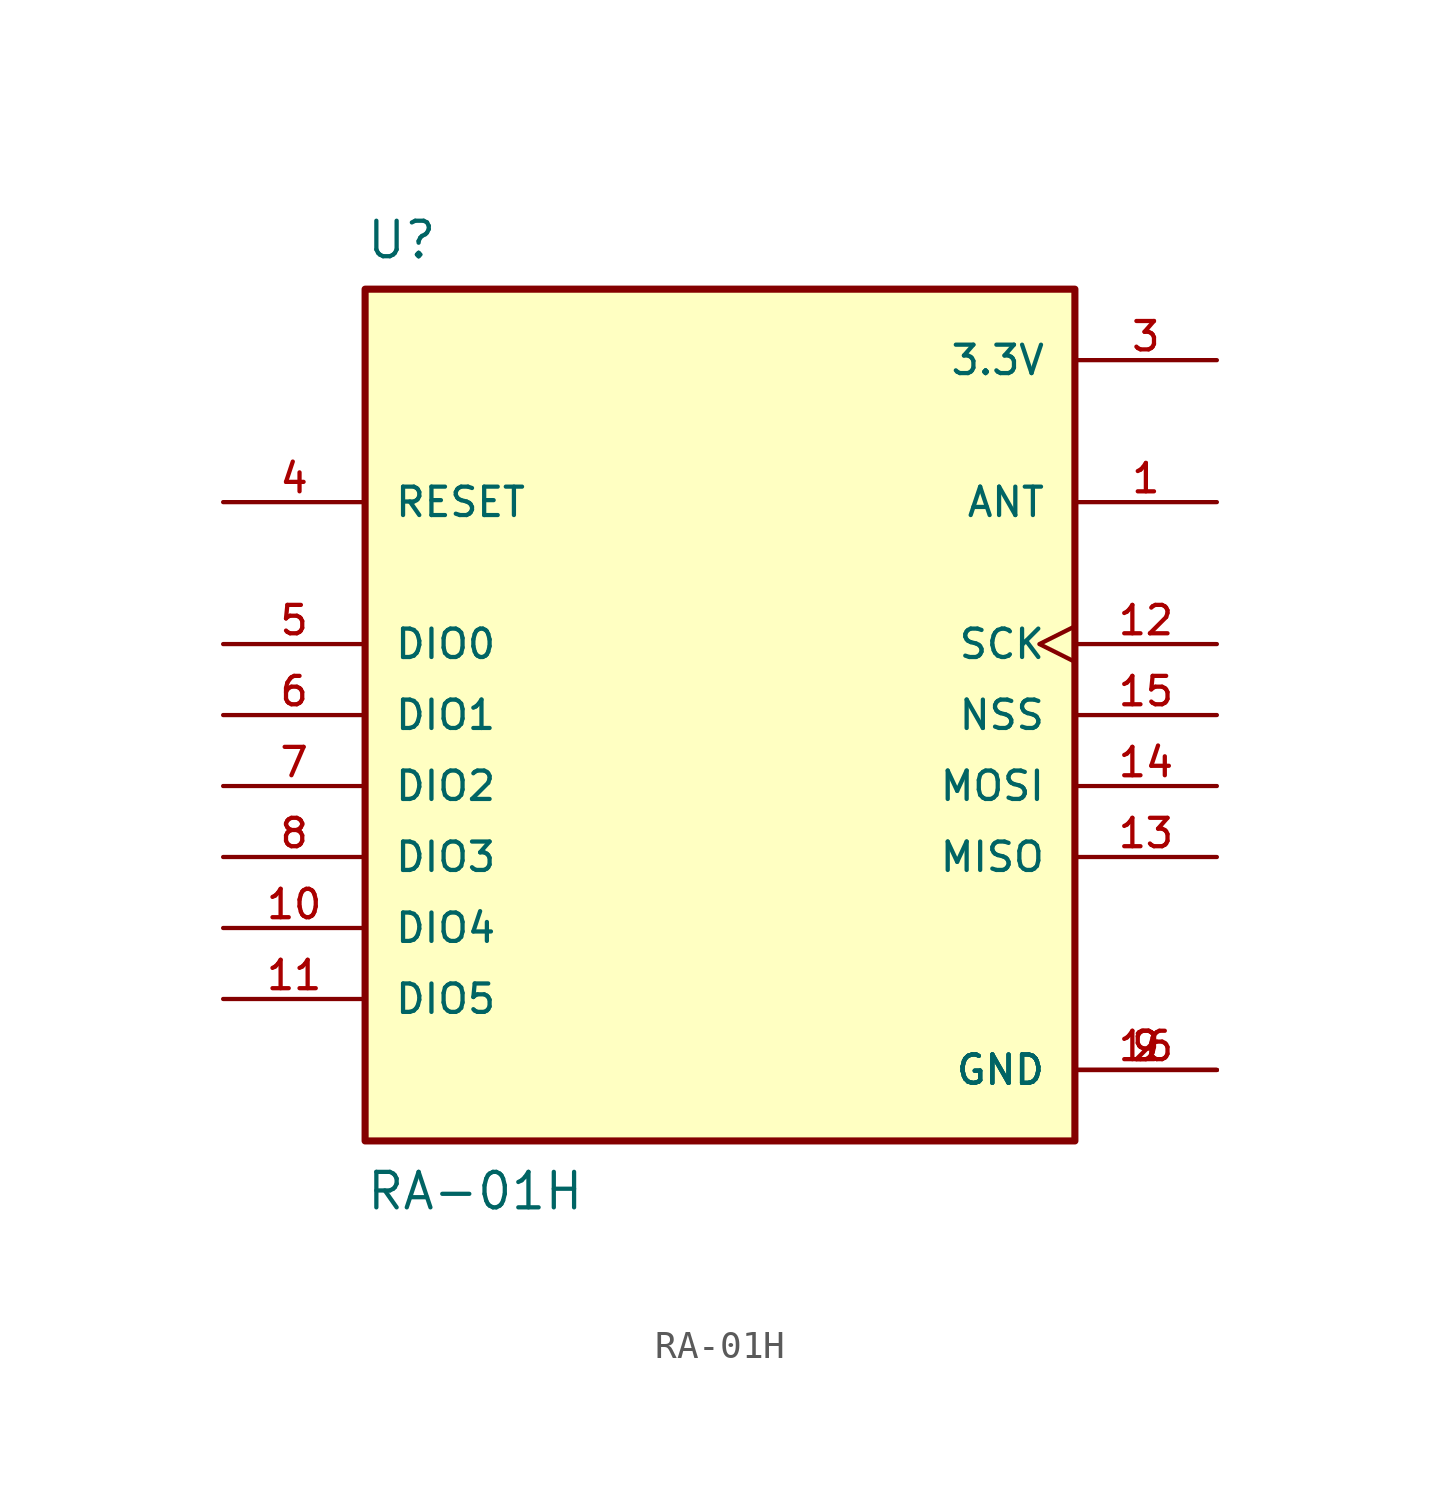
<source format=kicad_sym>
(kicad_symbol_lib
  (version 20211014)
  (generator kicad_symbol_editor)
  (symbol "RA-01H"
    (pin_names
      (offset 1.016))
    (property "Reference" "U"
      (at -12.7 16.256 0)
      (effects (font (size 1.27 1.27)) (justify bottom left)))
    (property "Value" "RA-01H"
      (at -12.7 -17.78 0)
      (effects (font (size 1.27 1.27)) (justify bottom left)))
    (symbol "RA-01H_0_0"
      (rectangle (start -12.7 -15.24) (end 12.7 15.24) (stroke (width 0.254)) (fill (type background)))
      (pin bidirectional line (at 17.78 7.62 180.0) (length 5.08) (name "ANT" (effects (font (size 1.016 1.016)))) (number "1" (effects (font (size 1.016 1.016)))))
      (pin power_in line (at 17.78 -12.7 180.0) (length 5.08) (name "GND" (effects (font (size 1.016 1.016)))) (number "2" (effects (font (size 1.016 1.016)))))
      (pin power_in line (at 17.78 -12.7 180.0) (length 5.08) (name "GND" (effects (font (size 1.016 1.016)))) (number "9" (effects (font (size 1.016 1.016)))))
      (pin power_in line (at 17.78 -12.7 180.0) (length 5.08) (name "GND" (effects (font (size 1.016 1.016)))) (number "16" (effects (font (size 1.016 1.016)))))
      (pin power_in line (at 17.78 12.7 180.0) (length 5.08) (name "3.3V" (effects (font (size 1.016 1.016)))) (number "3" (effects (font (size 1.016 1.016)))))
      (pin input line (at -17.78 7.62 0) (length 5.08) (name "RESET" (effects (font (size 1.016 1.016)))) (number "4" (effects (font (size 1.016 1.016)))))
      (pin bidirectional line (at -17.78 2.54 0) (length 5.08) (name "DIO0" (effects (font (size 1.016 1.016)))) (number "5" (effects (font (size 1.016 1.016)))))
      (pin input clock (at 17.78 2.54 180.0) (length 5.08) (name "SCK" (effects (font (size 1.016 1.016)))) (number "12" (effects (font (size 1.016 1.016)))))
      (pin output line (at 17.78 -5.08 180.0) (length 5.08) (name "MISO" (effects (font (size 1.016 1.016)))) (number "13" (effects (font (size 1.016 1.016)))))
      (pin input line (at 17.78 -2.54 180.0) (length 5.08) (name "MOSI" (effects (font (size 1.016 1.016)))) (number "14" (effects (font (size 1.016 1.016)))))
      (pin input line (at 17.78 0.0 180.0) (length 5.08) (name "NSS" (effects (font (size 1.016 1.016)))) (number "15" (effects (font (size 1.016 1.016)))))
      (pin bidirectional line (at -17.78 0.0 0) (length 5.08) (name "DIO1" (effects (font (size 1.016 1.016)))) (number "6" (effects (font (size 1.016 1.016)))))
      (pin bidirectional line (at -17.78 -2.54 0) (length 5.08) (name "DIO2" (effects (font (size 1.016 1.016)))) (number "7" (effects (font (size 1.016 1.016)))))
      (pin bidirectional line (at -17.78 -5.08 0) (length 5.08) (name "DIO3" (effects (font (size 1.016 1.016)))) (number "8" (effects (font (size 1.016 1.016)))))
      (pin bidirectional line (at -17.78 -7.62 0) (length 5.08) (name "DIO4" (effects (font (size 1.016 1.016)))) (number "10" (effects (font (size 1.016 1.016)))))
      (pin bidirectional line (at -17.78 -10.16 0) (length 5.08) (name "DIO5" (effects (font (size 1.016 1.016)))) (number "11" (effects (font (size 1.016 1.016))))))))
</source>
